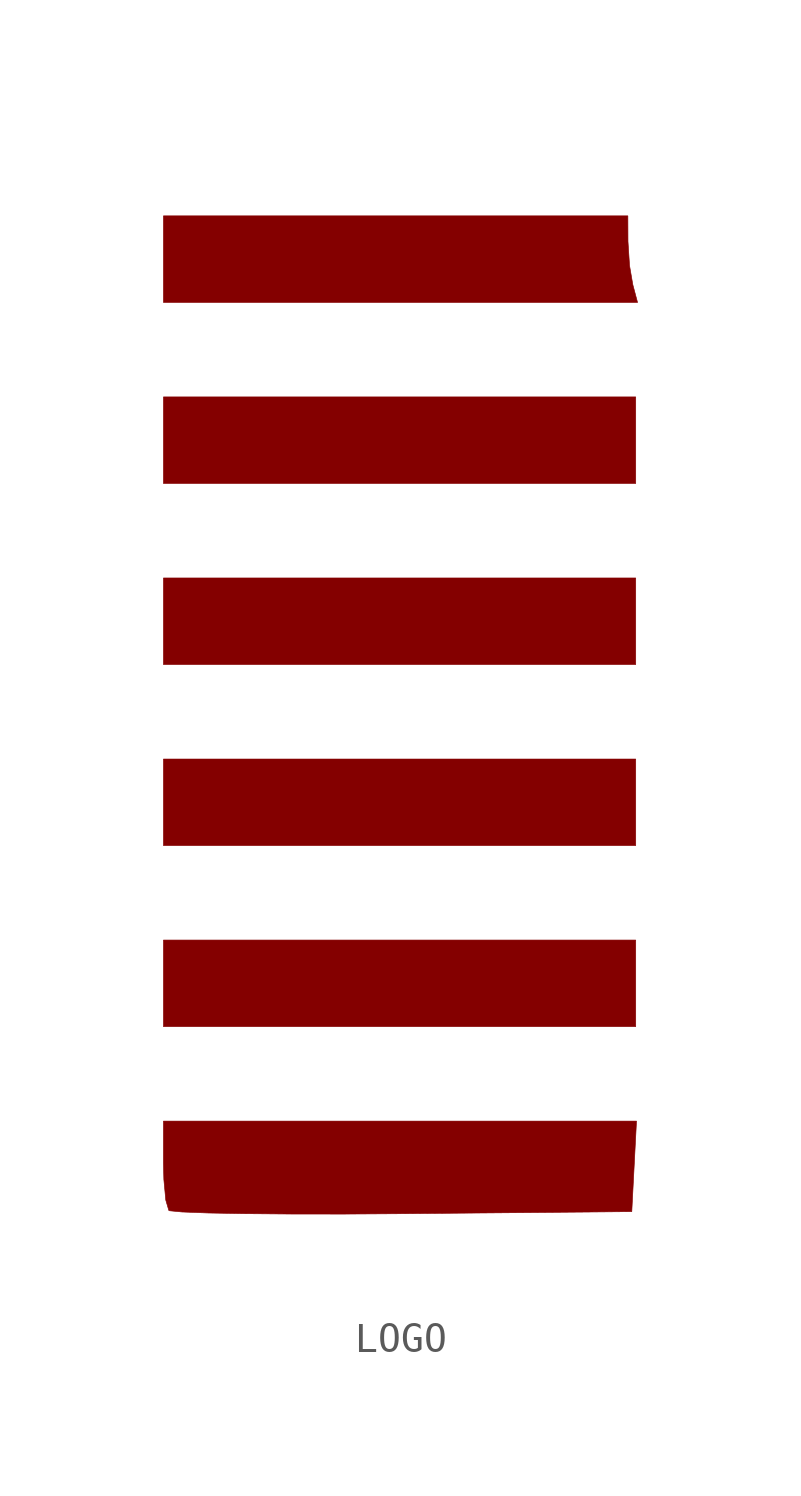
<source format=kicad_sym>
(kicad_symbol_lib
  (version 20210619)
  (generator bitmap2component)
  (symbol "LOGO"
    (pin_names
      (offset 1.016))
    (property "Reference" "#G"
      (at 0 25.305 0)
      (effects (font (size 1.27 1.27)) hide))
    (symbol "LOGO_0_0"
      (polyline (pts (xy 0.117 -21.553) (xy 7.971 -21.482) (xy 8.052 -19.928) (xy 8.133 -18.374) (xy -8.106 -18.374) (xy -8.106 -19.816) (xy -8.092 -20.377) (xy -8.026 -21.087) (xy -7.922 -21.441) (xy -7.894 -21.453) (xy -7.463 -21.495) (xy -6.578 -21.529) (xy -5.309 -21.552) (xy -3.724 -21.565) (xy -1.892 -21.566) (xy 0.117 -21.553)) (stroke (width 0.01)) (fill (type outline)))
      (polyline (pts (xy 8.106 -12.16) (xy -8.106 -12.16) (xy -8.106 -15.132) (xy 8.106 -15.132) (xy 8.106 -12.16)) (stroke (width 0.01)) (fill (type outline)))
      (polyline (pts (xy 8.106 -5.945) (xy -8.106 -5.945) (xy -8.106 -8.917) (xy 8.106 -8.917) (xy 8.106 -5.945)) (stroke (width 0.01)) (fill (type outline)))
      (polyline (pts (xy 8.106 0.27) (xy -8.106 0.27) (xy -8.106 -2.702) (xy 8.106 -2.702) (xy 8.106 0.27)) (stroke (width 0.01)) (fill (type outline)))
      (polyline (pts (xy 8.106 6.485) (xy -8.106 6.485) (xy -8.106 3.513) (xy 8.106 3.513) (xy 8.106 6.485)) (stroke (width 0.01)) (fill (type outline)))
      (polyline (pts (xy 8.007 10.336) (xy 7.894 10.993) (xy 7.84 11.822) (xy 7.836 12.7) (xy -8.106 12.7) (xy -8.106 9.728) (xy 8.169 9.728) (xy 8.007 10.336)) (stroke (width 0.01)) (fill (type outline))))))
</source>
